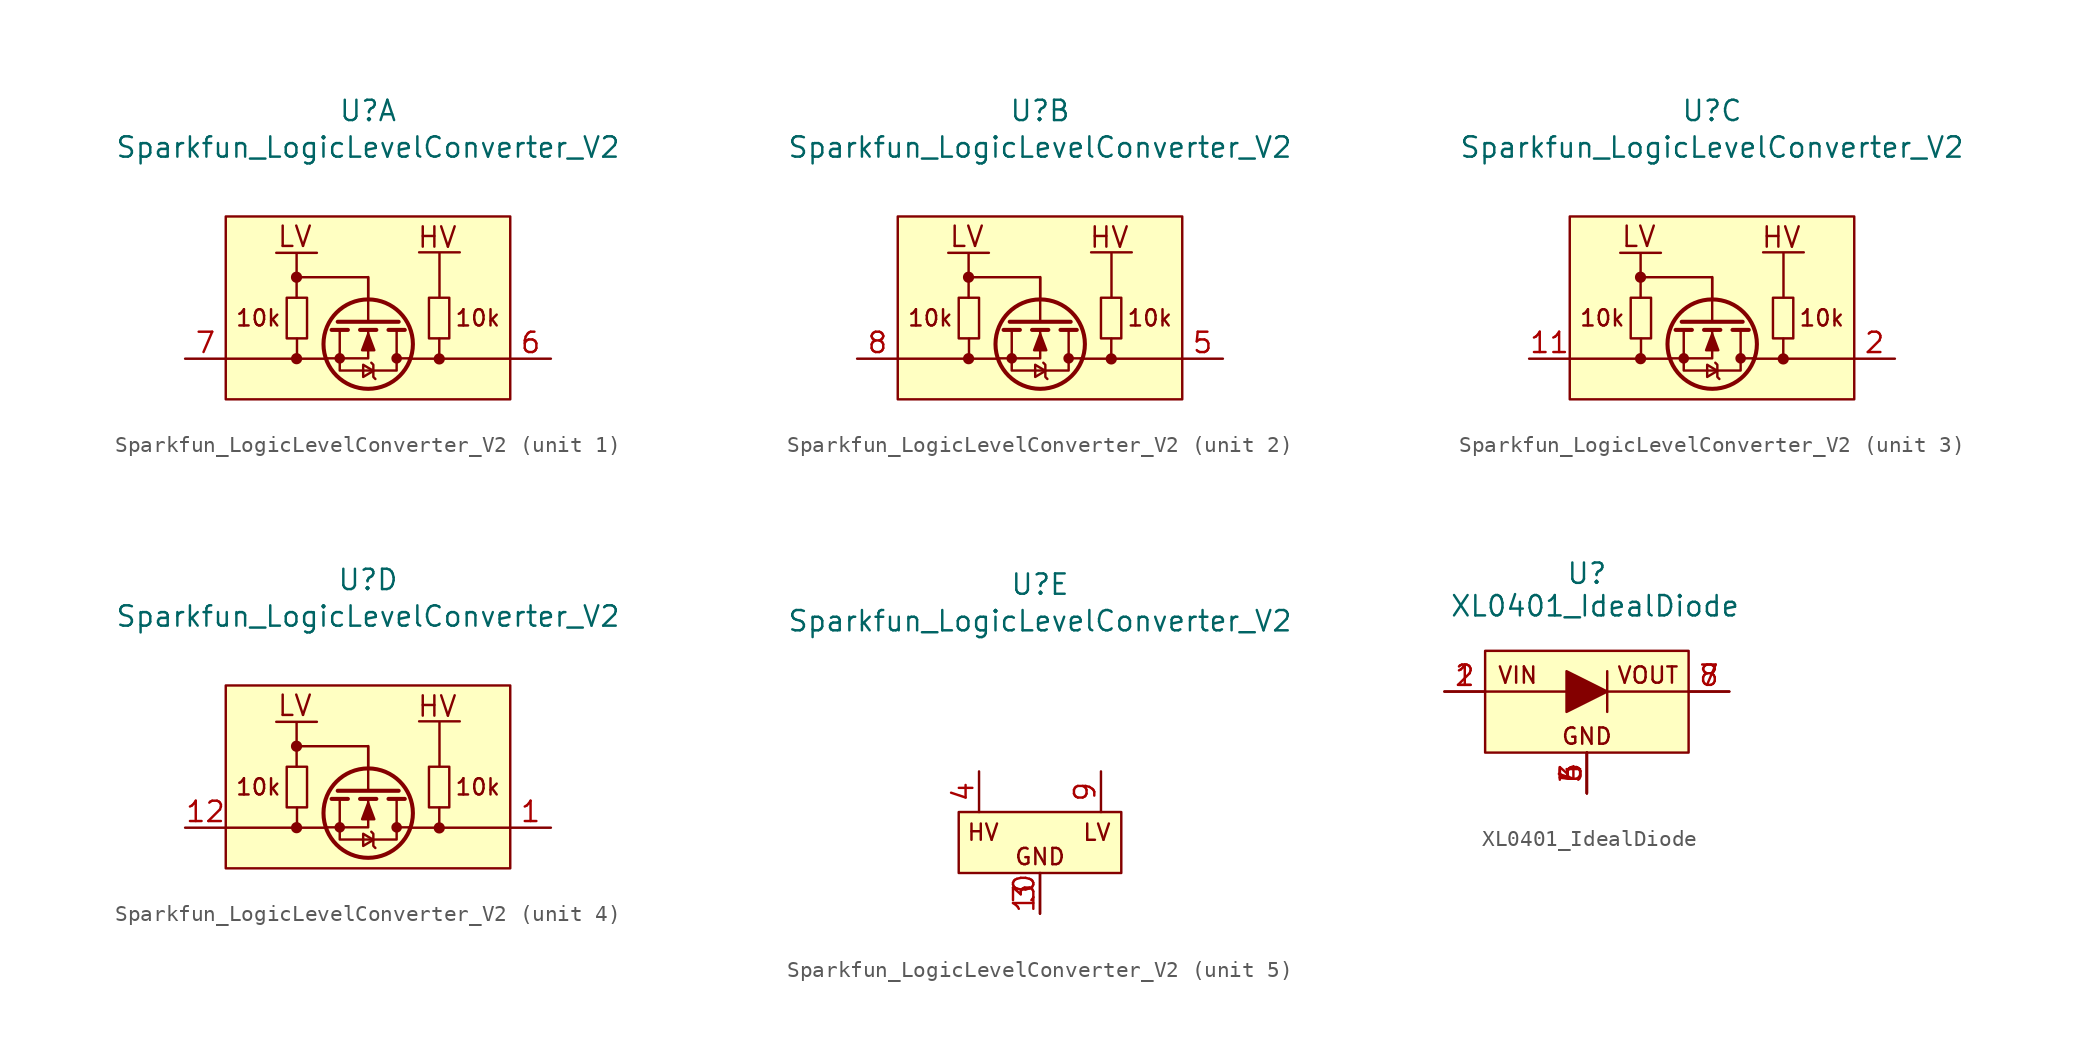
<source format=kicad_sym>
(kicad_symbol_lib
  (version 20241209)
  (generator "kicad_symbol_editor")
  (generator_version "9.0")
  (symbol "Sparkfun_LogicLevelConverter_V2"
    (pin_names
      (hide yes))
    (property "Reference" "U"
      (at 0 15.494 0)
      (effects (font (size 1.27 1.27))))
    (property "Value" "Sparkfun_LogicLevelConverter_V2"
      (at 0 13.208 0)
      (effects (font (size 1.27 1.27))))
    (property "ki_locked" ""
      (at 0 0 0)
      (effects (font (size 1.27 1.27))))
    (symbol "Sparkfun_LogicLevelConverter_V2_1_1"
      (rectangle (start -8.89 8.89) (end 8.89 -2.54) (stroke (width 0) (type solid)) (fill (type background)))
      (polyline (pts (xy -5.734 6.617) (xy -3.194 6.617)) (stroke (width 0) (type default)) (fill (type none)))
      (rectangle (start -5.08 3.81) (end -3.81 1.27) (stroke (width 0) (type default)) (fill (type none)))
      (circle (center -4.467 5.092) (radius 0.274) (stroke (width 0) (type solid)) (fill (type outline)))
      (circle (center -4.463 0.001) (radius 0.274) (stroke (width 0) (type solid)) (fill (type outline)))
      (polyline (pts (xy -4.461 3.819) (xy -4.462 6.563)) (stroke (width 0) (type default)) (fill (type none)))
      (polyline (pts (xy -4.438 1.246) (xy -4.438 0.018)) (stroke (width 0) (type default)) (fill (type none)))
      (polyline (pts (xy -2.54 0) (xy -8.89 0)) (stroke (width 0) (type solid)) (fill (type none)))
      (polyline (pts (xy -2.528 0.022) (xy 0.012 0.022) (xy 0.012 1.8)) (stroke (width 0) (type solid)) (fill (type none)))
      (circle (center -1.766 0.022) (radius 0.254) (stroke (width 0) (type solid)) (fill (type outline)))
      (polyline (pts (xy -1.258 1.8) (xy -2.274 1.8)) (stroke (width 0.254) (type solid)) (fill (type none)))
      (polyline (pts (xy 0.01 3.821) (xy 0.01 5.092) (xy -4.417 5.092)) (stroke (width 0) (type default)) (fill (type none)))
      (polyline (pts (xy 0.012 2.308) (xy 0.012 5.102)) (stroke (width 0) (type solid)) (fill (type none)))
      (polyline (pts (xy 0.012 1.546) (xy -0.369 0.53) (xy 0.393 0.53) (xy 0.012 1.546)) (stroke (width 0) (type solid)) (fill (type outline)))
      (circle (center 0.012 0.911) (radius 2.794) (stroke (width 0.254) (type solid)) (fill (type none)))
      (polyline (pts (xy 0.334 -0.76) (xy -0.301 -1.141) (xy -0.301 -0.379) (xy 0.334 -0.76)) (stroke (width 0) (type solid)) (fill (type none)))
      (polyline (pts (xy 0.461 -1.268) (xy 0.334 -1.141) (xy 0.334 -0.379) (xy 0.207 -0.252)) (stroke (width 0) (type solid)) (fill (type none)))
      (polyline (pts (xy 0.52 1.8) (xy -0.496 1.8)) (stroke (width 0.254) (type solid)) (fill (type none)))
      (polyline (pts (xy 1.79 1.8) (xy 1.79 -0.74) (xy -1.766 -0.74) (xy -1.766 1.8)) (stroke (width 0) (type solid)) (fill (type none)))
      (circle (center 1.79 0.022) (radius 0.254) (stroke (width 0) (type solid)) (fill (type outline)))
      (polyline (pts (xy 1.917 2.308) (xy -1.893 2.308)) (stroke (width 0.254) (type solid)) (fill (type none)))
      (polyline (pts (xy 2.298 1.8) (xy 1.282 1.8)) (stroke (width 0.254) (type solid)) (fill (type none)))
      (polyline (pts (xy 2.54 0) (xy 8.89 0)) (stroke (width 0) (type default)) (fill (type none)))
      (polyline (pts (xy 2.552 0.022) (xy 1.79 0.022)) (stroke (width 0) (type solid)) (fill (type none)))
      (polyline (pts (xy 3.195 6.647) (xy 5.735 6.647)) (stroke (width 0) (type default)) (fill (type none)))
      (rectangle (start 3.81 3.81) (end 5.08 1.27) (stroke (width 0) (type default)) (fill (type none)))
      (circle (center 4.454 -0.014) (radius 0.274) (stroke (width 0) (type solid)) (fill (type outline)))
      (polyline (pts (xy 4.456 1.252) (xy 4.454 -0.0001)) (stroke (width 0) (type default)) (fill (type none)))
      (polyline (pts (xy 4.468 3.849) (xy 4.467 6.593)) (stroke (width 0) (type default)) (fill (type none)))
      (text "10k" (at -6.858 2.54 0) (effects (font (size 1.016 1.016))))
      (text "LV" (at -4.576 7.629 0) (effects (font (size 1.27 1.27))))
      (text "HV" (at 4.329 7.584 0) (effects (font (size 1.27 1.27))))
      (text "10k" (at 6.858 2.54 0) (effects (font (size 1.016 1.016))))
      (pin passive line (at -11.43 0 0) (length 2.54) (name "LV1" (effects (font (size 1.27 1.27)))) (number "7" (effects (font (size 1.27 1.27)))))
      (pin passive line (at 11.43 0 180) (length 2.54) (name "HV1" (effects (font (size 1.27 1.27)))) (number "6" (effects (font (size 1.27 1.27))))))
    (symbol "Sparkfun_LogicLevelConverter_V2_2_1"
      (rectangle (start -8.89 8.89) (end 8.89 -2.54) (stroke (width 0) (type solid)) (fill (type background)))
      (polyline (pts (xy -5.734 6.617) (xy -3.194 6.617)) (stroke (width 0) (type default)) (fill (type none)))
      (rectangle (start -5.08 3.81) (end -3.81 1.27) (stroke (width 0) (type default)) (fill (type none)))
      (circle (center -4.467 5.092) (radius 0.274) (stroke (width 0) (type solid)) (fill (type outline)))
      (circle (center -4.463 0.001) (radius 0.274) (stroke (width 0) (type solid)) (fill (type outline)))
      (polyline (pts (xy -4.461 3.819) (xy -4.462 6.563)) (stroke (width 0) (type default)) (fill (type none)))
      (polyline (pts (xy -4.438 1.246) (xy -4.438 0.018)) (stroke (width 0) (type default)) (fill (type none)))
      (polyline (pts (xy -2.54 0) (xy -8.89 0)) (stroke (width 0) (type solid)) (fill (type none)))
      (polyline (pts (xy -2.528 0.022) (xy 0.012 0.022) (xy 0.012 1.8)) (stroke (width 0) (type solid)) (fill (type none)))
      (circle (center -1.766 0.022) (radius 0.254) (stroke (width 0) (type solid)) (fill (type outline)))
      (polyline (pts (xy -1.258 1.8) (xy -2.274 1.8)) (stroke (width 0.254) (type solid)) (fill (type none)))
      (polyline (pts (xy 0.01 3.821) (xy 0.01 5.092) (xy -4.417 5.092)) (stroke (width 0) (type default)) (fill (type none)))
      (polyline (pts (xy 0.012 2.308) (xy 0.012 5.102)) (stroke (width 0) (type solid)) (fill (type none)))
      (polyline (pts (xy 0.012 1.546) (xy -0.369 0.53) (xy 0.393 0.53) (xy 0.012 1.546)) (stroke (width 0) (type solid)) (fill (type outline)))
      (circle (center 0.012 0.911) (radius 2.794) (stroke (width 0.254) (type solid)) (fill (type none)))
      (polyline (pts (xy 0.334 -0.76) (xy -0.301 -1.141) (xy -0.301 -0.379) (xy 0.334 -0.76)) (stroke (width 0) (type solid)) (fill (type none)))
      (polyline (pts (xy 0.461 -1.268) (xy 0.334 -1.141) (xy 0.334 -0.379) (xy 0.207 -0.252)) (stroke (width 0) (type solid)) (fill (type none)))
      (polyline (pts (xy 0.52 1.8) (xy -0.496 1.8)) (stroke (width 0.254) (type solid)) (fill (type none)))
      (polyline (pts (xy 1.79 1.8) (xy 1.79 -0.74) (xy -1.766 -0.74) (xy -1.766 1.8)) (stroke (width 0) (type solid)) (fill (type none)))
      (circle (center 1.79 0.022) (radius 0.254) (stroke (width 0) (type solid)) (fill (type outline)))
      (polyline (pts (xy 1.917 2.308) (xy -1.893 2.308)) (stroke (width 0.254) (type solid)) (fill (type none)))
      (polyline (pts (xy 2.298 1.8) (xy 1.282 1.8)) (stroke (width 0.254) (type solid)) (fill (type none)))
      (polyline (pts (xy 2.54 0) (xy 8.89 0)) (stroke (width 0) (type default)) (fill (type none)))
      (polyline (pts (xy 2.552 0.022) (xy 1.79 0.022)) (stroke (width 0) (type solid)) (fill (type none)))
      (polyline (pts (xy 3.195 6.647) (xy 5.735 6.647)) (stroke (width 0) (type default)) (fill (type none)))
      (rectangle (start 3.81 3.81) (end 5.08 1.27) (stroke (width 0) (type default)) (fill (type none)))
      (circle (center 4.454 -0.014) (radius 0.274) (stroke (width 0) (type solid)) (fill (type outline)))
      (polyline (pts (xy 4.456 1.252) (xy 4.454 -0.0001)) (stroke (width 0) (type default)) (fill (type none)))
      (polyline (pts (xy 4.468 3.849) (xy 4.467 6.593)) (stroke (width 0) (type default)) (fill (type none)))
      (text "10k" (at -6.858 2.54 0) (effects (font (size 1.016 1.016))))
      (text "LV" (at -4.576 7.629 0) (effects (font (size 1.27 1.27))))
      (text "HV" (at 4.329 7.584 0) (effects (font (size 1.27 1.27))))
      (text "10k" (at 6.858 2.54 0) (effects (font (size 1.016 1.016))))
      (pin passive line (at -11.43 0 0) (length 2.54) (name "LV2" (effects (font (size 1.27 1.27)))) (number "8" (effects (font (size 1.27 1.27)))))
      (pin passive line (at 11.43 0 180) (length 2.54) (name "HV2" (effects (font (size 1.27 1.27)))) (number "5" (effects (font (size 1.27 1.27))))))
    (symbol "Sparkfun_LogicLevelConverter_V2_3_1"
      (rectangle (start -8.89 8.89) (end 8.89 -2.54) (stroke (width 0) (type solid)) (fill (type background)))
      (polyline (pts (xy -5.734 6.617) (xy -3.194 6.617)) (stroke (width 0) (type default)) (fill (type none)))
      (rectangle (start -5.08 3.81) (end -3.81 1.27) (stroke (width 0) (type default)) (fill (type none)))
      (circle (center -4.467 5.092) (radius 0.274) (stroke (width 0) (type solid)) (fill (type outline)))
      (circle (center -4.463 0.001) (radius 0.274) (stroke (width 0) (type solid)) (fill (type outline)))
      (polyline (pts (xy -4.461 3.819) (xy -4.462 6.563)) (stroke (width 0) (type default)) (fill (type none)))
      (polyline (pts (xy -4.438 1.246) (xy -4.438 0.018)) (stroke (width 0) (type default)) (fill (type none)))
      (polyline (pts (xy -2.54 0) (xy -8.89 0)) (stroke (width 0) (type solid)) (fill (type none)))
      (polyline (pts (xy -2.528 0.022) (xy 0.012 0.022) (xy 0.012 1.8)) (stroke (width 0) (type solid)) (fill (type none)))
      (circle (center -1.766 0.022) (radius 0.254) (stroke (width 0) (type solid)) (fill (type outline)))
      (polyline (pts (xy -1.258 1.8) (xy -2.274 1.8)) (stroke (width 0.254) (type solid)) (fill (type none)))
      (polyline (pts (xy 0.01 3.821) (xy 0.01 5.092) (xy -4.417 5.092)) (stroke (width 0) (type default)) (fill (type none)))
      (polyline (pts (xy 0.012 2.308) (xy 0.012 5.102)) (stroke (width 0) (type solid)) (fill (type none)))
      (polyline (pts (xy 0.012 1.546) (xy -0.369 0.53) (xy 0.393 0.53) (xy 0.012 1.546)) (stroke (width 0) (type solid)) (fill (type outline)))
      (circle (center 0.012 0.911) (radius 2.794) (stroke (width 0.254) (type solid)) (fill (type none)))
      (polyline (pts (xy 0.334 -0.76) (xy -0.301 -1.141) (xy -0.301 -0.379) (xy 0.334 -0.76)) (stroke (width 0) (type solid)) (fill (type none)))
      (polyline (pts (xy 0.461 -1.268) (xy 0.334 -1.141) (xy 0.334 -0.379) (xy 0.207 -0.252)) (stroke (width 0) (type solid)) (fill (type none)))
      (polyline (pts (xy 0.52 1.8) (xy -0.496 1.8)) (stroke (width 0.254) (type solid)) (fill (type none)))
      (polyline (pts (xy 1.79 1.8) (xy 1.79 -0.74) (xy -1.766 -0.74) (xy -1.766 1.8)) (stroke (width 0) (type solid)) (fill (type none)))
      (circle (center 1.79 0.022) (radius 0.254) (stroke (width 0) (type solid)) (fill (type outline)))
      (polyline (pts (xy 1.917 2.308) (xy -1.893 2.308)) (stroke (width 0.254) (type solid)) (fill (type none)))
      (polyline (pts (xy 2.298 1.8) (xy 1.282 1.8)) (stroke (width 0.254) (type solid)) (fill (type none)))
      (polyline (pts (xy 2.54 0) (xy 8.89 0)) (stroke (width 0) (type default)) (fill (type none)))
      (polyline (pts (xy 2.552 0.022) (xy 1.79 0.022)) (stroke (width 0) (type solid)) (fill (type none)))
      (polyline (pts (xy 3.195 6.647) (xy 5.735 6.647)) (stroke (width 0) (type default)) (fill (type none)))
      (rectangle (start 3.81 3.81) (end 5.08 1.27) (stroke (width 0) (type default)) (fill (type none)))
      (circle (center 4.454 -0.014) (radius 0.274) (stroke (width 0) (type solid)) (fill (type outline)))
      (polyline (pts (xy 4.456 1.252) (xy 4.454 -0.0001)) (stroke (width 0) (type default)) (fill (type none)))
      (polyline (pts (xy 4.468 3.849) (xy 4.467 6.593)) (stroke (width 0) (type default)) (fill (type none)))
      (text "10k" (at -6.858 2.54 0) (effects (font (size 1.016 1.016))))
      (text "LV" (at -4.576 7.629 0) (effects (font (size 1.27 1.27))))
      (text "HV" (at 4.329 7.584 0) (effects (font (size 1.27 1.27))))
      (text "10k" (at 6.858 2.54 0) (effects (font (size 1.016 1.016))))
      (pin passive line (at -11.43 0 0) (length 2.54) (name "LV3" (effects (font (size 1.27 1.27)))) (number "11" (effects (font (size 1.27 1.27)))))
      (pin passive line (at 11.43 0 180) (length 2.54) (name "HV3" (effects (font (size 1.27 1.27)))) (number "2" (effects (font (size 1.27 1.27))))))
    (symbol "Sparkfun_LogicLevelConverter_V2_4_1"
      (rectangle (start -8.89 8.89) (end 8.89 -2.54) (stroke (width 0) (type solid)) (fill (type background)))
      (polyline (pts (xy -5.734 6.617) (xy -3.194 6.617)) (stroke (width 0) (type default)) (fill (type none)))
      (rectangle (start -5.08 3.81) (end -3.81 1.27) (stroke (width 0) (type default)) (fill (type none)))
      (circle (center -4.467 5.092) (radius 0.274) (stroke (width 0) (type solid)) (fill (type outline)))
      (circle (center -4.463 0.001) (radius 0.274) (stroke (width 0) (type solid)) (fill (type outline)))
      (polyline (pts (xy -4.461 3.819) (xy -4.462 6.563)) (stroke (width 0) (type default)) (fill (type none)))
      (polyline (pts (xy -4.438 1.246) (xy -4.438 0.018)) (stroke (width 0) (type default)) (fill (type none)))
      (polyline (pts (xy -2.54 0) (xy -8.89 0)) (stroke (width 0) (type solid)) (fill (type none)))
      (polyline (pts (xy -2.528 0.022) (xy 0.012 0.022) (xy 0.012 1.8)) (stroke (width 0) (type solid)) (fill (type none)))
      (circle (center -1.766 0.022) (radius 0.254) (stroke (width 0) (type solid)) (fill (type outline)))
      (polyline (pts (xy -1.258 1.8) (xy -2.274 1.8)) (stroke (width 0.254) (type solid)) (fill (type none)))
      (polyline (pts (xy 0.01 3.821) (xy 0.01 5.092) (xy -4.417 5.092)) (stroke (width 0) (type default)) (fill (type none)))
      (polyline (pts (xy 0.012 2.308) (xy 0.012 5.102)) (stroke (width 0) (type solid)) (fill (type none)))
      (polyline (pts (xy 0.012 1.546) (xy -0.369 0.53) (xy 0.393 0.53) (xy 0.012 1.546)) (stroke (width 0) (type solid)) (fill (type outline)))
      (circle (center 0.012 0.911) (radius 2.794) (stroke (width 0.254) (type solid)) (fill (type none)))
      (polyline (pts (xy 0.334 -0.76) (xy -0.301 -1.141) (xy -0.301 -0.379) (xy 0.334 -0.76)) (stroke (width 0) (type solid)) (fill (type none)))
      (polyline (pts (xy 0.461 -1.268) (xy 0.334 -1.141) (xy 0.334 -0.379) (xy 0.207 -0.252)) (stroke (width 0) (type solid)) (fill (type none)))
      (polyline (pts (xy 0.52 1.8) (xy -0.496 1.8)) (stroke (width 0.254) (type solid)) (fill (type none)))
      (polyline (pts (xy 1.79 1.8) (xy 1.79 -0.74) (xy -1.766 -0.74) (xy -1.766 1.8)) (stroke (width 0) (type solid)) (fill (type none)))
      (circle (center 1.79 0.022) (radius 0.254) (stroke (width 0) (type solid)) (fill (type outline)))
      (polyline (pts (xy 1.917 2.308) (xy -1.893 2.308)) (stroke (width 0.254) (type solid)) (fill (type none)))
      (polyline (pts (xy 2.298 1.8) (xy 1.282 1.8)) (stroke (width 0.254) (type solid)) (fill (type none)))
      (polyline (pts (xy 2.54 0) (xy 8.89 0)) (stroke (width 0) (type default)) (fill (type none)))
      (polyline (pts (xy 2.552 0.022) (xy 1.79 0.022)) (stroke (width 0) (type solid)) (fill (type none)))
      (polyline (pts (xy 3.195 6.647) (xy 5.735 6.647)) (stroke (width 0) (type default)) (fill (type none)))
      (rectangle (start 3.81 3.81) (end 5.08 1.27) (stroke (width 0) (type default)) (fill (type none)))
      (circle (center 4.454 -0.014) (radius 0.274) (stroke (width 0) (type solid)) (fill (type outline)))
      (polyline (pts (xy 4.456 1.252) (xy 4.454 -0.0001)) (stroke (width 0) (type default)) (fill (type none)))
      (polyline (pts (xy 4.468 3.849) (xy 4.467 6.593)) (stroke (width 0) (type default)) (fill (type none)))
      (text "10k" (at -6.858 2.54 0) (effects (font (size 1.016 1.016))))
      (text "LV" (at -4.576 7.629 0) (effects (font (size 1.27 1.27))))
      (text "HV" (at 4.329 7.584 0) (effects (font (size 1.27 1.27))))
      (text "10k" (at 6.858 2.54 0) (effects (font (size 1.016 1.016))))
      (pin passive line (at -11.43 0 0) (length 2.54) (name "LV4" (effects (font (size 1.27 1.27)))) (number "12" (effects (font (size 1.27 1.27)))))
      (pin passive line (at 11.43 0 180) (length 2.54) (name "HV4" (effects (font (size 1.27 1.27)))) (number "1" (effects (font (size 1.27 1.27))))))
    (symbol "Sparkfun_LogicLevelConverter_V2_5_1"
      (rectangle (start -5.08 1.27) (end 5.08 -2.54) (stroke (width 0) (type solid)) (fill (type background)))
      (text "HV" (at -3.556 0 0) (effects (font (size 1.016 1.016))))
      (text "GND" (at 0 -1.524 0) (effects (font (size 1.016 1.016))))
      (text "LV" (at 3.556 0 0) (effects (font (size 1.016 1.016))))
      (pin power_in line (at -3.81 3.81 270) (length 2.54) (name "HV" (effects (font (size 1.27 1.27)))) (number "4" (effects (font (size 1.27 1.27)))))
      (pin power_in line (at 0 -5.08 90) (length 2.54) (name "GND" (effects (font (size 1.27 1.27)))) (number "10" (effects (font (size 1.27 1.27)))))
      (pin power_in line (at 0 -5.08 90) (length 2.54) (name "GND" (effects (font (size 1.27 1.27)))) (number "3" (effects (font (size 1.27 1.27)))))
      (pin power_in line (at 3.81 3.81 270) (length 2.54) (name "LV" (effects (font (size 1.27 1.27)))) (number "9" (effects (font (size 1.27 1.27)))))))
  (symbol "XL0401_IdealDiode"
    (pin_names
      (hide yes))
    (property "Reference" "U"
      (at 0 11.176 0)
      (effects (font (size 1.27 1.27))))
    (property "Value" "XL0401_IdealDiode"
      (at 0.508 9.144 0)
      (effects (font (size 1.27 1.27))))
    (symbol "XL0401_IdealDiode_1_1"
      (rectangle (start -6.35 6.35) (end 6.35 0) (stroke (width 0) (type solid)) (fill (type background)))
      (polyline (pts (xy -1.27 5.08) (xy -1.27 2.54) (xy 1.27 3.81) (xy -1.27 5.08)) (stroke (width 0) (type solid)) (fill (type outline)))
      (polyline (pts (xy -1.27 3.81) (xy -6.35 3.81)) (stroke (width 0) (type default)) (fill (type none)))
      (polyline (pts (xy 1.27 5.08) (xy 1.27 2.54)) (stroke (width 0) (type default)) (fill (type none)))
      (polyline (pts (xy 1.27 3.81) (xy 6.35 3.81)) (stroke (width 0) (type default)) (fill (type none)))
      (text "VIN" (at -4.318 4.826 0) (effects (font (size 1.016 1.016))))
      (text "GND" (at 0 1.016 0) (effects (font (size 1.016 1.016))))
      (text "VOUT" (at 3.81 4.826 0) (effects (font (size 1.016 1.016))))
      (pin power_in line (at -8.89 3.81 0) (length 2.54) (name "VIN" (effects (font (size 1.27 1.27)))) (number "1" (effects (font (size 1.27 1.27)))))
      (pin power_in line (at -8.89 3.81 0) (length 2.54) (name "VIN" (effects (font (size 1.27 1.27)))) (number "2" (effects (font (size 1.27 1.27)))))
      (pin power_in line (at 0 -2.54 90) (length 2.54) (name "GND" (effects (font (size 1.27 1.27)))) (number "3" (effects (font (size 1.27 1.27)))))
      (pin power_in line (at 0 -2.54 90) (length 2.54) (name "GND" (effects (font (size 1.27 1.27)))) (number "4" (effects (font (size 1.27 1.27)))))
      (pin power_in line (at 0 -2.54 90) (length 2.54) (name "GND" (effects (font (size 1.27 1.27)))) (number "5" (effects (font (size 1.27 1.27)))))
      (pin power_in line (at 0 -2.54 90) (length 2.54) (name "GND" (effects (font (size 1.27 1.27)))) (number "6" (effects (font (size 1.27 1.27)))))
      (pin power_out line (at 8.89 3.81 180) (length 2.54) (name "VOUT" (effects (font (size 1.27 1.27)))) (number "7" (effects (font (size 1.27 1.27)))))
      (pin power_out line (at 8.89 3.81 180) (length 2.54) (name "VOUT" (effects (font (size 1.27 1.27)))) (number "8" (effects (font (size 1.27 1.27))))))))
</source>
